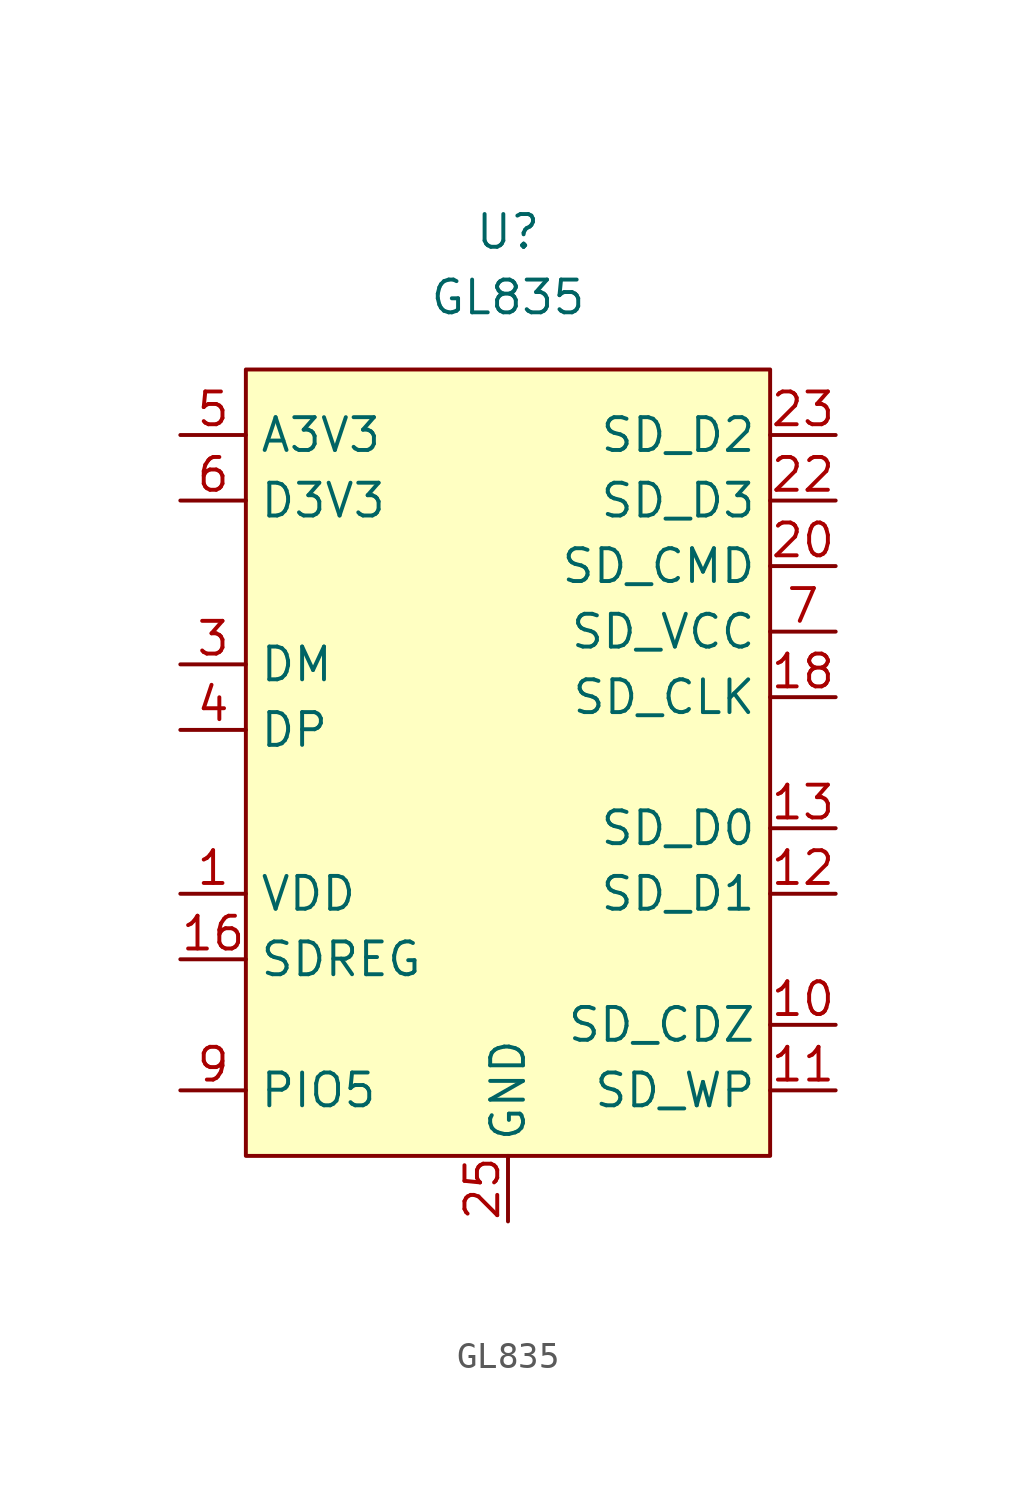
<source format=kicad_sym>
(kicad_symbol_lib
  (version 20231120)
  (generator "kicad_symbol_editor")
  (generator_version "8.0")
  (symbol "GL835"
    (property "Reference" "U"
      (at 0 20.574 0)
      (effects (font (size 1.27 1.27))))
    (property "Value" "GL835"
      (at 0 18.034 0)
      (effects (font (size 1.27 1.27))))
    (symbol "GL835_1_1"
      (rectangle (start -10.16 15.24) (end 10.16 -15.24) (stroke (width 0) (type default)) (fill (type background)))
      (pin power_out line (at -12.7 -5.08 0) (length 2.54) (name "VDD" (effects (font (size 1.27 1.27)))) (number "1" (effects (font (size 1.27 1.27)))))
      (pin input line (at 12.7 -10.16 180) (length 2.54) (name "SD_CDZ" (effects (font (size 1.27 1.27)))) (number "10" (effects (font (size 1.27 1.27)))))
      (pin input line (at 12.7 -12.7 180) (length 2.54) (name "SD_WP" (effects (font (size 1.27 1.27)))) (number "11" (effects (font (size 1.27 1.27)))))
      (pin bidirectional line (at 12.7 -5.08 180) (length 2.54) (name "SD_D1" (effects (font (size 1.27 1.27)))) (number "12" (effects (font (size 1.27 1.27)))))
      (pin bidirectional line (at 12.7 -2.54 180) (length 2.54) (name "SD_D0" (effects (font (size 1.27 1.27)))) (number "13" (effects (font (size 1.27 1.27)))))
      (pin no_connect line (at 8.89 17.78 270) (length 2.54) hide (name "NC" (effects (font (size 1.27 1.27)))) (number "14" (effects (font (size 1.27 1.27)))))
      (pin no_connect line (at 6.35 17.78 270) (length 2.54) hide (name "NC" (effects (font (size 1.27 1.27)))) (number "15" (effects (font (size 1.27 1.27)))))
      (pin power_out line (at -12.7 -7.62 0) (length 2.54) (name "SDREG" (effects (font (size 1.27 1.27)))) (number "16" (effects (font (size 1.27 1.27)))))
      (pin no_connect line (at 3.81 17.78 270) (length 2.54) hide (name "NC" (effects (font (size 1.27 1.27)))) (number "17" (effects (font (size 1.27 1.27)))))
      (pin output line (at 12.7 2.54 180) (length 2.54) (name "SD_CLK" (effects (font (size 1.27 1.27)))) (number "18" (effects (font (size 1.27 1.27)))))
      (pin no_connect line (at 1.27 17.78 270) (length 2.54) hide (name "NC" (effects (font (size 1.27 1.27)))) (number "19" (effects (font (size 1.27 1.27)))))
      (pin no_connect line (at -1.27 17.78 270) (length 2.54) hide (name "NC" (effects (font (size 1.27 1.27)))) (number "2" (effects (font (size 1.27 1.27)))))
      (pin bidirectional line (at 12.7 7.62 180) (length 2.54) (name "SD_CMD" (effects (font (size 1.27 1.27)))) (number "20" (effects (font (size 1.27 1.27)))))
      (pin no_connect line (at -8.89 17.78 270) (length 2.54) hide (name "NC" (effects (font (size 1.27 1.27)))) (number "21" (effects (font (size 1.27 1.27)))))
      (pin bidirectional line (at 12.7 10.16 180) (length 2.54) (name "SD_D3" (effects (font (size 1.27 1.27)))) (number "22" (effects (font (size 1.27 1.27)))))
      (pin bidirectional line (at 12.7 12.7 180) (length 2.54) (name "SD_D2" (effects (font (size 1.27 1.27)))) (number "23" (effects (font (size 1.27 1.27)))))
      (pin no_connect line (at -6.35 17.78 270) (length 2.54) hide (name "NC" (effects (font (size 1.27 1.27)))) (number "24" (effects (font (size 1.27 1.27)))))
      (pin power_in line (at 0 -17.78 90) (length 2.54) (name "GND" (effects (font (size 1.27 1.27)))) (number "25" (effects (font (size 1.27 1.27)))))
      (pin bidirectional line (at -12.7 3.81 0) (length 2.54) (name "DM" (effects (font (size 1.27 1.27)))) (number "3" (effects (font (size 1.27 1.27)))))
      (pin bidirectional line (at -12.7 1.27 0) (length 2.54) (name "DP" (effects (font (size 1.27 1.27)))) (number "4" (effects (font (size 1.27 1.27)))))
      (pin power_in line (at -12.7 12.7 0) (length 2.54) (name "A3V3" (effects (font (size 1.27 1.27)))) (number "5" (effects (font (size 1.27 1.27)))))
      (pin power_in line (at -12.7 10.16 0) (length 2.54) (name "D3V3" (effects (font (size 1.27 1.27)))) (number "6" (effects (font (size 1.27 1.27)))))
      (pin power_out line (at 12.7 5.08 180) (length 2.54) (name "SD_VCC" (effects (font (size 1.27 1.27)))) (number "7" (effects (font (size 1.27 1.27)))))
      (pin no_connect line (at -3.81 17.78 270) (length 2.54) hide (name "NC" (effects (font (size 1.27 1.27)))) (number "8" (effects (font (size 1.27 1.27)))))
      (pin input line (at -12.7 -12.7 0) (length 2.54) (name "PIO5" (effects (font (size 1.27 1.27)))) (number "9" (effects (font (size 1.27 1.27))))))))
</source>
